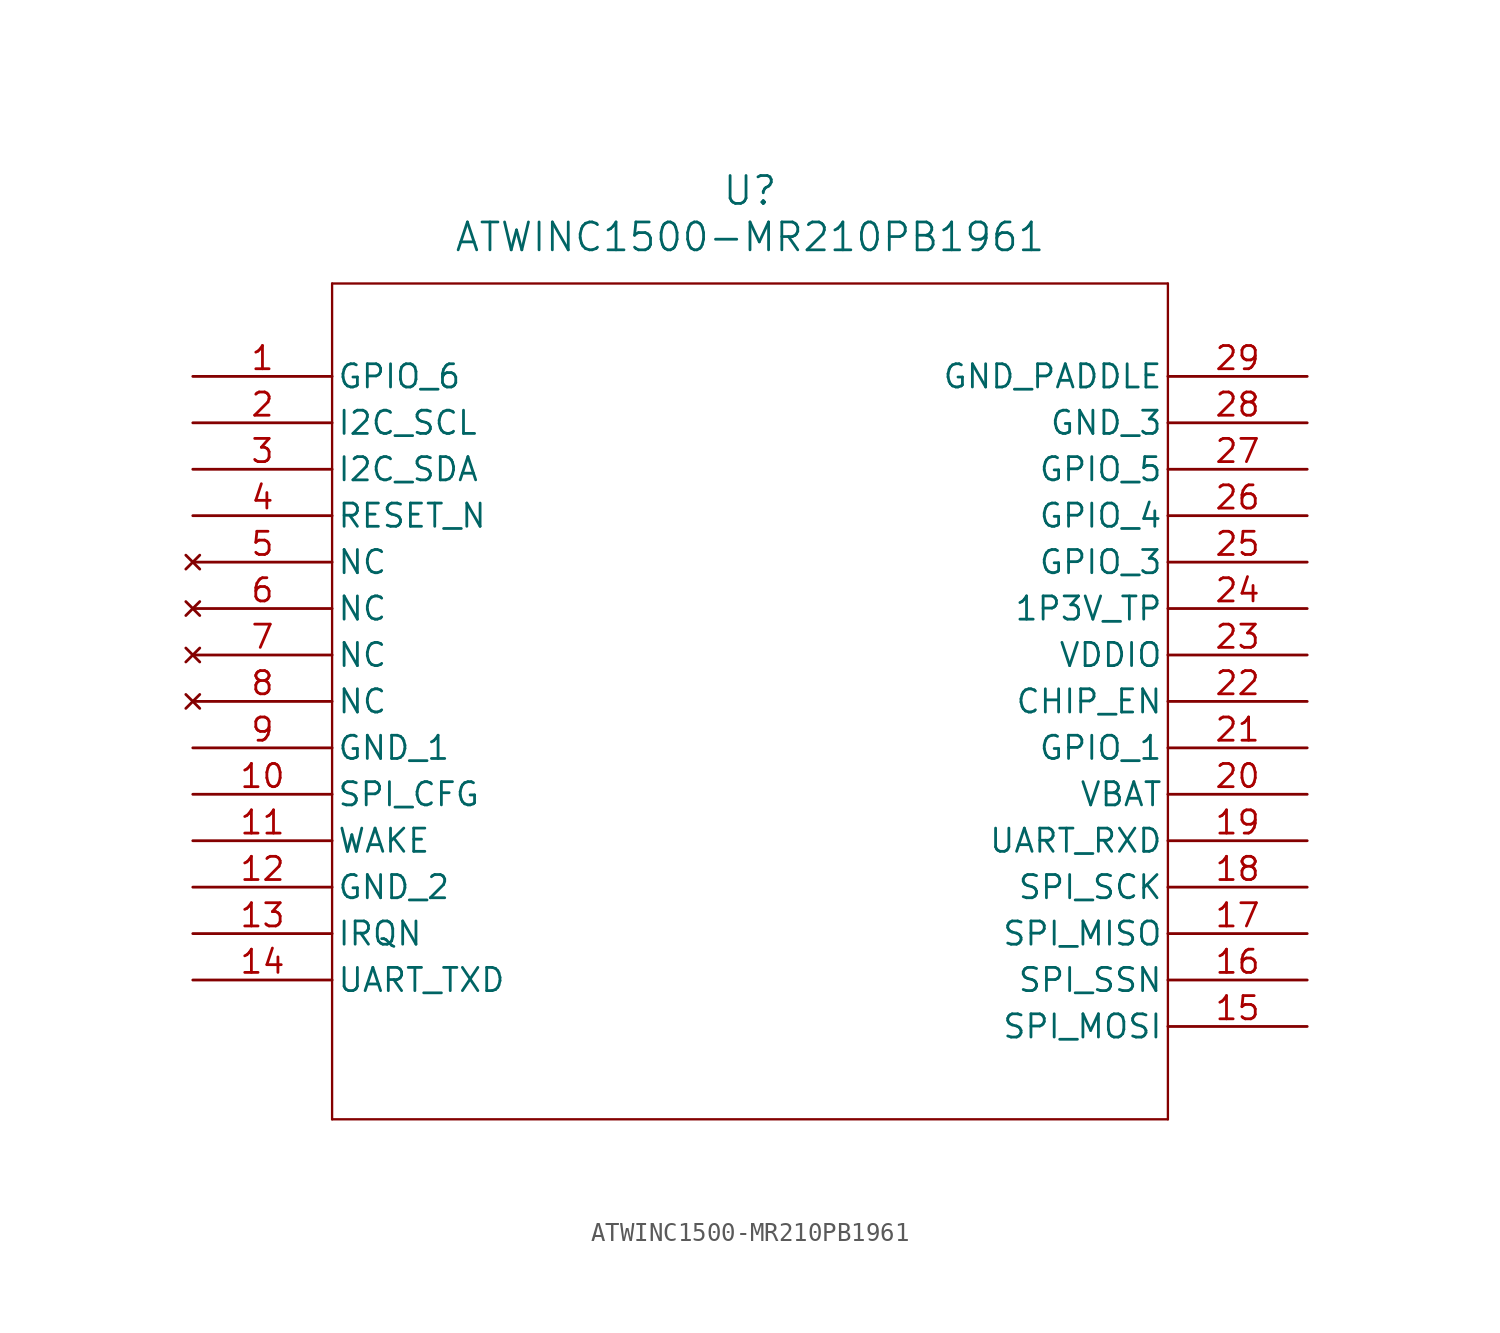
<source format=kicad_sym>
(kicad_symbol_lib
  (version 20211014)
  (generator kicad_symbol_editor)
  (symbol "ATWINC1500-MR210PB1961"
    (pin_names
      (offset 0.254))
    (property "Reference" "U"
      (at 30.48 10.16 0)
      (effects (font (size 1.524 1.524))))
    (property "Value" "ATWINC1500-MR210PB1961"
      (at 30.48 7.62 0)
      (effects (font (size 1.524 1.524))))
    (symbol "ATWINC1500-MR210PB1961_0_1"
      (polyline (pts (xy 7.62 5.08) (xy 7.62 -40.64)) (stroke (width 0.127) (type default) (color 0 0 0 0)) (fill (type none)))
      (polyline (pts (xy 7.62 -40.64) (xy 53.34 -40.64)) (stroke (width 0.127) (type default) (color 0 0 0 0)) (fill (type none)))
      (polyline (pts (xy 53.34 -40.64) (xy 53.34 5.08)) (stroke (width 0.127) (type default) (color 0 0 0 0)) (fill (type none)))
      (polyline (pts (xy 53.34 5.08) (xy 7.62 5.08)) (stroke (width 0.127) (type default) (color 0 0 0 0)) (fill (type none)))
      (pin bidirectional line (at 0 0 0) (length 7.62) (name "GPIO_6" (effects (font (size 1.27 1.27)))) (number "1" (effects (font (size 1.27 1.27)))))
      (pin bidirectional line (at 0 -2.54 0) (length 7.62) (name "I2C_SCL" (effects (font (size 1.27 1.27)))) (number "2" (effects (font (size 1.27 1.27)))))
      (pin bidirectional line (at 0 -5.08 0) (length 7.62) (name "I2C_SDA" (effects (font (size 1.27 1.27)))) (number "3" (effects (font (size 1.27 1.27)))))
      (pin input line (at 0 -7.62 0) (length 7.62) (name "RESET_N" (effects (font (size 1.27 1.27)))) (number "4" (effects (font (size 1.27 1.27)))))
      (pin no_connect line (at 0 -10.16 0) (length 7.62) (name "NC" (effects (font (size 1.27 1.27)))) (number "5" (effects (font (size 1.27 1.27)))))
      (pin no_connect line (at 0 -12.7 0) (length 7.62) (name "NC" (effects (font (size 1.27 1.27)))) (number "6" (effects (font (size 1.27 1.27)))))
      (pin no_connect line (at 0 -15.24 0) (length 7.62) (name "NC" (effects (font (size 1.27 1.27)))) (number "7" (effects (font (size 1.27 1.27)))))
      (pin no_connect line (at 0 -17.78 0) (length 7.62) (name "NC" (effects (font (size 1.27 1.27)))) (number "8" (effects (font (size 1.27 1.27)))))
      (pin power_out line (at 0 -20.32 0) (length 7.62) (name "GND_1" (effects (font (size 1.27 1.27)))) (number "9" (effects (font (size 1.27 1.27)))))
      (pin input line (at 0 -22.86 0) (length 7.62) (name "SPI_CFG" (effects (font (size 1.27 1.27)))) (number "10" (effects (font (size 1.27 1.27)))))
      (pin input line (at 0 -25.4 0) (length 7.62) (name "WAKE" (effects (font (size 1.27 1.27)))) (number "11" (effects (font (size 1.27 1.27)))))
      (pin power_out line (at 0 -27.94 0) (length 7.62) (name "GND_2" (effects (font (size 1.27 1.27)))) (number "12" (effects (font (size 1.27 1.27)))))
      (pin output line (at 0 -30.48 0) (length 7.62) (name "IRQN" (effects (font (size 1.27 1.27)))) (number "13" (effects (font (size 1.27 1.27)))))
      (pin output line (at 0 -33.02 0) (length 7.62) (name "UART_TXD" (effects (font (size 1.27 1.27)))) (number "14" (effects (font (size 1.27 1.27)))))
      (pin input line (at 60.96 -35.56 180) (length 7.62) (name "SPI_MOSI" (effects (font (size 1.27 1.27)))) (number "15" (effects (font (size 1.27 1.27)))))
      (pin input line (at 60.96 -33.02 180) (length 7.62) (name "SPI_SSN" (effects (font (size 1.27 1.27)))) (number "16" (effects (font (size 1.27 1.27)))))
      (pin output line (at 60.96 -30.48 180) (length 7.62) (name "SPI_MISO" (effects (font (size 1.27 1.27)))) (number "17" (effects (font (size 1.27 1.27)))))
      (pin input line (at 60.96 -27.94 180) (length 7.62) (name "SPI_SCK" (effects (font (size 1.27 1.27)))) (number "18" (effects (font (size 1.27 1.27)))))
      (pin input line (at 60.96 -25.4 180) (length 7.62) (name "UART_RXD" (effects (font (size 1.27 1.27)))) (number "19" (effects (font (size 1.27 1.27)))))
      (pin power_in line (at 60.96 -22.86 180) (length 7.62) (name "VBAT" (effects (font (size 1.27 1.27)))) (number "20" (effects (font (size 1.27 1.27)))))
      (pin bidirectional line (at 60.96 -20.32 180) (length 7.62) (name "GPIO_1" (effects (font (size 1.27 1.27)))) (number "21" (effects (font (size 1.27 1.27)))))
      (pin input line (at 60.96 -17.78 180) (length 7.62) (name "CHIP_EN" (effects (font (size 1.27 1.27)))) (number "22" (effects (font (size 1.27 1.27)))))
      (pin power_in line (at 60.96 -15.24 180) (length 7.62) (name "VDDIO" (effects (font (size 1.27 1.27)))) (number "23" (effects (font (size 1.27 1.27)))))
      (pin unspecified line (at 60.96 -12.7 180) (length 7.62) (name "1P3V_TP" (effects (font (size 1.27 1.27)))) (number "24" (effects (font (size 1.27 1.27)))))
      (pin bidirectional line (at 60.96 -10.16 180) (length 7.62) (name "GPIO_3" (effects (font (size 1.27 1.27)))) (number "25" (effects (font (size 1.27 1.27)))))
      (pin bidirectional line (at 60.96 -7.62 180) (length 7.62) (name "GPIO_4" (effects (font (size 1.27 1.27)))) (number "26" (effects (font (size 1.27 1.27)))))
      (pin bidirectional line (at 60.96 -5.08 180) (length 7.62) (name "GPIO_5" (effects (font (size 1.27 1.27)))) (number "27" (effects (font (size 1.27 1.27)))))
      (pin power_out line (at 60.96 -2.54 180) (length 7.62) (name "GND_3" (effects (font (size 1.27 1.27)))) (number "28" (effects (font (size 1.27 1.27)))))
      (pin power_out line (at 60.96 0 180) (length 7.62) (name "GND_PADDLE" (effects (font (size 1.27 1.27)))) (number "29" (effects (font (size 1.27 1.27))))))))
</source>
